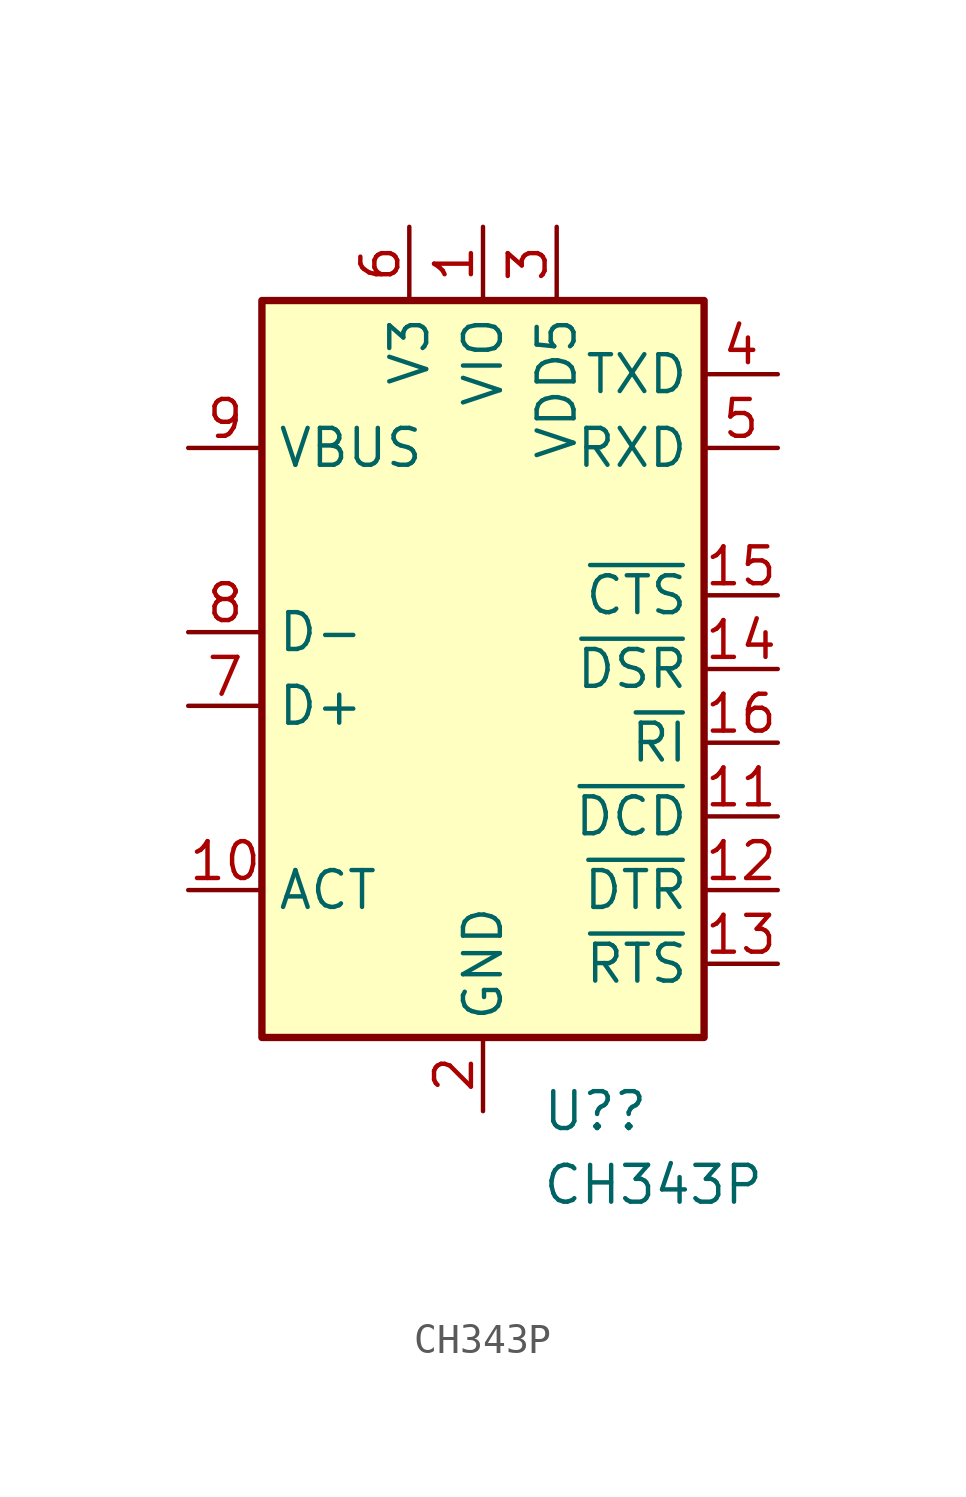
<source format=kicad_sym>
(kicad_symbol_lib
  (version 20211014)
  (generator kicad_symbol_editor)
  (symbol "CH343P"
    (property "Reference" "U?"
      (at 2.019 -15.24 0)
      (effects (font (size 1.27 1.27)) (justify left)))
    (property "Value" "CH343P"
      (at 2.019 -17.78 0)
      (effects (font (size 1.27 1.27)) (justify left)))
    (symbol "CH343P_0_1"
      (rectangle (start -7.62 12.7) (end 7.62 -12.7) (stroke (width 0.254) (type default) (color 0 0 0 0)) (fill (type background))))
    (symbol "CH343P_1_1"
      (pin power_in line (at 0 15.24 270) (length 2.54) (name "VIO" (effects (font (size 1.27 1.27)))) (number "1" (effects (font (size 1.27 1.27)))))
      (pin input line (at -10.16 -7.62 0) (length 2.54) (name "ACT" (effects (font (size 1.27 1.27)))) (number "10" (effects (font (size 1.27 1.27)))))
      (pin input line (at 10.16 -5.08 180) (length 2.54) (name "~{DCD}" (effects (font (size 1.27 1.27)))) (number "11" (effects (font (size 1.27 1.27)))))
      (pin output line (at 10.16 -7.62 180) (length 2.54) (name "~{DTR}" (effects (font (size 1.27 1.27)))) (number "12" (effects (font (size 1.27 1.27)))))
      (pin output line (at 10.16 -10.16 180) (length 2.54) (name "~{RTS}" (effects (font (size 1.27 1.27)))) (number "13" (effects (font (size 1.27 1.27)))))
      (pin input line (at 10.16 0 180) (length 2.54) (name "~{DSR}" (effects (font (size 1.27 1.27)))) (number "14" (effects (font (size 1.27 1.27)))))
      (pin input line (at 10.16 2.54 180) (length 2.54) (name "~{CTS}" (effects (font (size 1.27 1.27)))) (number "15" (effects (font (size 1.27 1.27)))))
      (pin input line (at 10.16 -2.54 180) (length 2.54) (name "~{RI}" (effects (font (size 1.27 1.27)))) (number "16" (effects (font (size 1.27 1.27)))))
      (pin power_in line (at 0 -15.24 90) (length 2.54) hide (name "GND" (effects (font (size 1.27 1.27)))) (number "17" (effects (font (size 1.27 1.27)))))
      (pin power_in line (at 0 -15.24 90) (length 2.54) (name "GND" (effects (font (size 1.27 1.27)))) (number "2" (effects (font (size 1.27 1.27)))))
      (pin passive line (at 2.54 15.24 270) (length 2.54) (name "VDD5" (effects (font (size 1.27 1.27)))) (number "3" (effects (font (size 1.27 1.27)))))
      (pin output line (at 10.16 10.16 180) (length 2.54) (name "TXD" (effects (font (size 1.27 1.27)))) (number "4" (effects (font (size 1.27 1.27)))))
      (pin input line (at 10.16 7.62 180) (length 2.54) (name "RXD" (effects (font (size 1.27 1.27)))) (number "5" (effects (font (size 1.27 1.27)))))
      (pin passive line (at -2.54 15.24 270) (length 2.54) (name "V3" (effects (font (size 1.27 1.27)))) (number "6" (effects (font (size 1.27 1.27)))))
      (pin bidirectional line (at -10.16 -1.27 0) (length 2.54) (name "D+" (effects (font (size 1.27 1.27)))) (number "7" (effects (font (size 1.27 1.27)))))
      (pin bidirectional line (at -10.16 1.27 0) (length 2.54) (name "D-" (effects (font (size 1.27 1.27)))) (number "8" (effects (font (size 1.27 1.27)))))
      (pin input line (at -10.16 7.62 0) (length 2.54) (name "VBUS" (effects (font (size 1.27 1.27)))) (number "9" (effects (font (size 1.27 1.27))))))))
</source>
